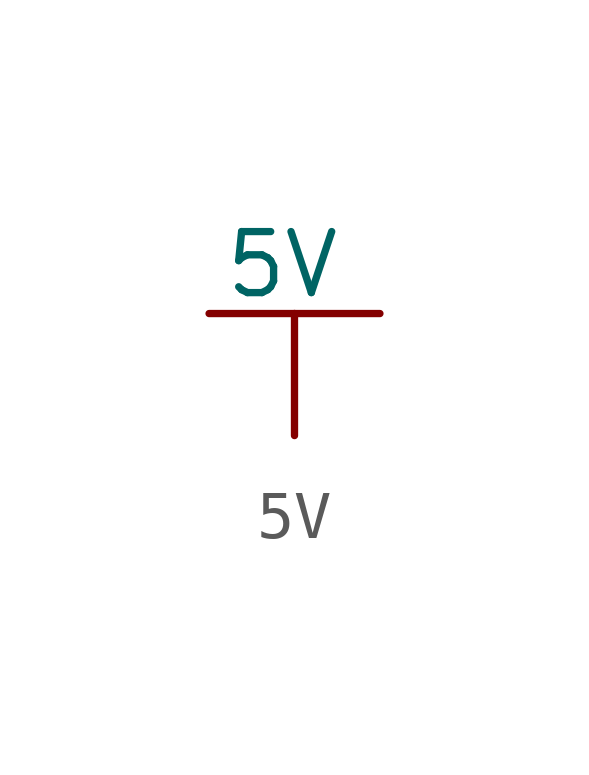
<source format=kicad_sym>
(kicad_symbol_lib
  (version 20231120)
  (generator "kicad_symbol_editor")
  (generator_version "8.0")
  (symbol "5V"
    (power)
    (pin_numbers hide)
    (pin_names
      (offset 0) hide)
    (property "Reference" "#PWR"
      (at 0 -3.81 0)
      (effects (font (size 1.27 1.27)) (hide yes)))
    (property "Value" "5V"
      (at -0.254 3.556 0)
      (effects (font (size 1.27 1.27))))
    (property "Footprint" ""
      (at 0 0 0)
      (effects (font (size 1.524 1.524))))
    (property "Datasheet" ""
      (at 0 0 0)
      (effects (font (size 1.524 1.524))))
    (symbol "5V_0_1"
      (polyline (pts (xy -1.778 2.54) (xy 0 2.54)) (stroke (width 0) (type default)) (fill (type none)))
      (polyline (pts (xy 0 0) (xy 0 2.54)) (stroke (width 0) (type default)) (fill (type none)))
      (polyline (pts (xy 0 2.54) (xy 1.778 2.54)) (stroke (width 0) (type default)) (fill (type none))))
    (symbol "5V_1_1"
      (pin power_in line (at 0 0 90) (length 0) hide (name "5V" (effects (font (size 1.27 1.27)))) (number "1" (effects (font (size 1.27 1.27))))))))
</source>
